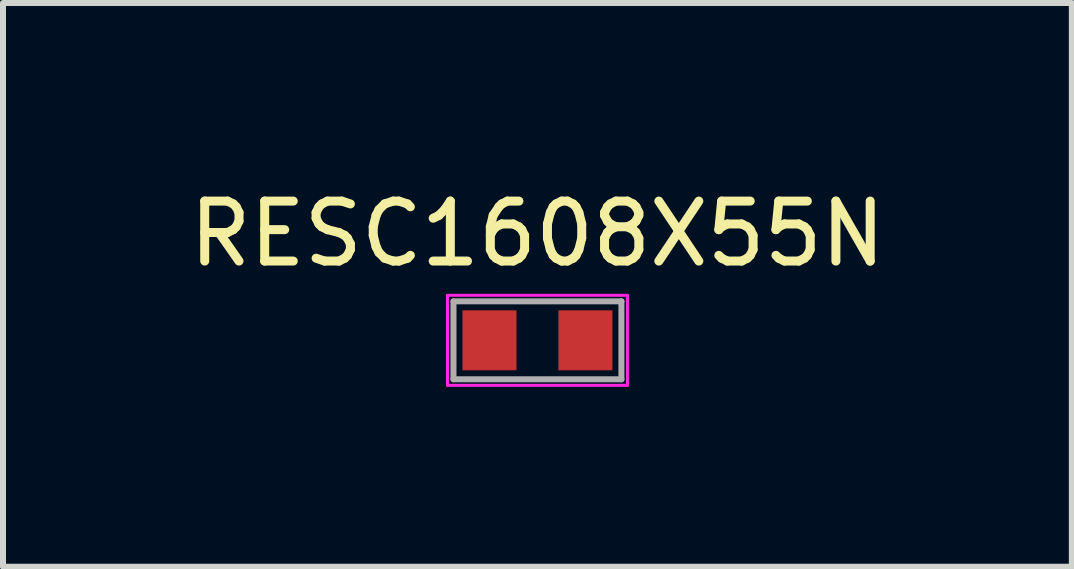
<source format=kicad_pcb>
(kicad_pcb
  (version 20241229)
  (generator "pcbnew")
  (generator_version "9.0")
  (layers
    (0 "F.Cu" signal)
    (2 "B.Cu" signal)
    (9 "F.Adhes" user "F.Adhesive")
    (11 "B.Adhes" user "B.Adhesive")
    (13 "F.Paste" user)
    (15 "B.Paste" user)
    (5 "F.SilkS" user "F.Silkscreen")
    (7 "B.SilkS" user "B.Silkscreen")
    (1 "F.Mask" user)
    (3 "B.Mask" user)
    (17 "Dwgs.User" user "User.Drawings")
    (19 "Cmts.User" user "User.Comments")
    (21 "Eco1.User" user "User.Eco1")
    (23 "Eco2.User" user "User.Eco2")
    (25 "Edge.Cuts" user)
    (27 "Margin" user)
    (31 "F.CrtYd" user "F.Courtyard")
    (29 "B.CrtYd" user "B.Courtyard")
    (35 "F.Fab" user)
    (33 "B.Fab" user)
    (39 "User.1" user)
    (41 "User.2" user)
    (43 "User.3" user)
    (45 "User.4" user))
  (footprint "RESC1608X55N"
    (layer "F.Cu")
    (at 5.911 2.624)
    (property "Reference" "RESC1608X55N" (at 0 -1.776 180) (layer "F.SilkS") (effects (font (size 1 1) (thickness 0.15))))
    (attr smd)
    (fp_line (start -1.5 -0.75) (end 1.5 -0.75) (stroke (width 0.05) (type solid)) (layer "F.CrtYd"))
    (fp_line (start -1.5 0.75) (end -1.5 -0.75) (stroke (width 0.05) (type solid)) (layer "F.CrtYd"))
    (fp_line (start -1.5 0.75) (end 1.5 0.75) (stroke (width 0.05) (type solid)) (layer "F.CrtYd"))
    (fp_line (start 1.5 0.75) (end 1.5 -0.75) (stroke (width 0.05) (type solid)) (layer "F.CrtYd"))
    (fp_line (start -1.4 -0.65) (end 1.4 -0.65) (stroke (width 0.1) (type solid)) (layer "F.Fab"))
    (fp_line (start -1.4 0.65) (end -1.4 -0.65) (stroke (width 0.1) (type solid)) (layer "F.Fab"))
    (fp_line (start -1.4 0.65) (end 1.4 0.65) (stroke (width 0.1) (type solid)) (layer "F.Fab"))
    (fp_line (start 1.4 0.65) (end 1.4 -0.65) (stroke (width 0.1) (type solid)) (layer "F.Fab"))
    (pad "1" smd rect (at -0.8 0) (size 0.9 1) (layers "F.Cu" "F.Mask" "F.Paste"))
    (pad "2" smd rect (at 0.8 0) (size 0.9 1) (layers "F.Cu" "F.Mask" "F.Paste")))
  (gr_rect
    (start -3 -3)
    (end 14.821 6.399)
    (stroke (width 0.1) (type default))
    (fill no)
    (layer "Edge.Cuts")))
</source>
